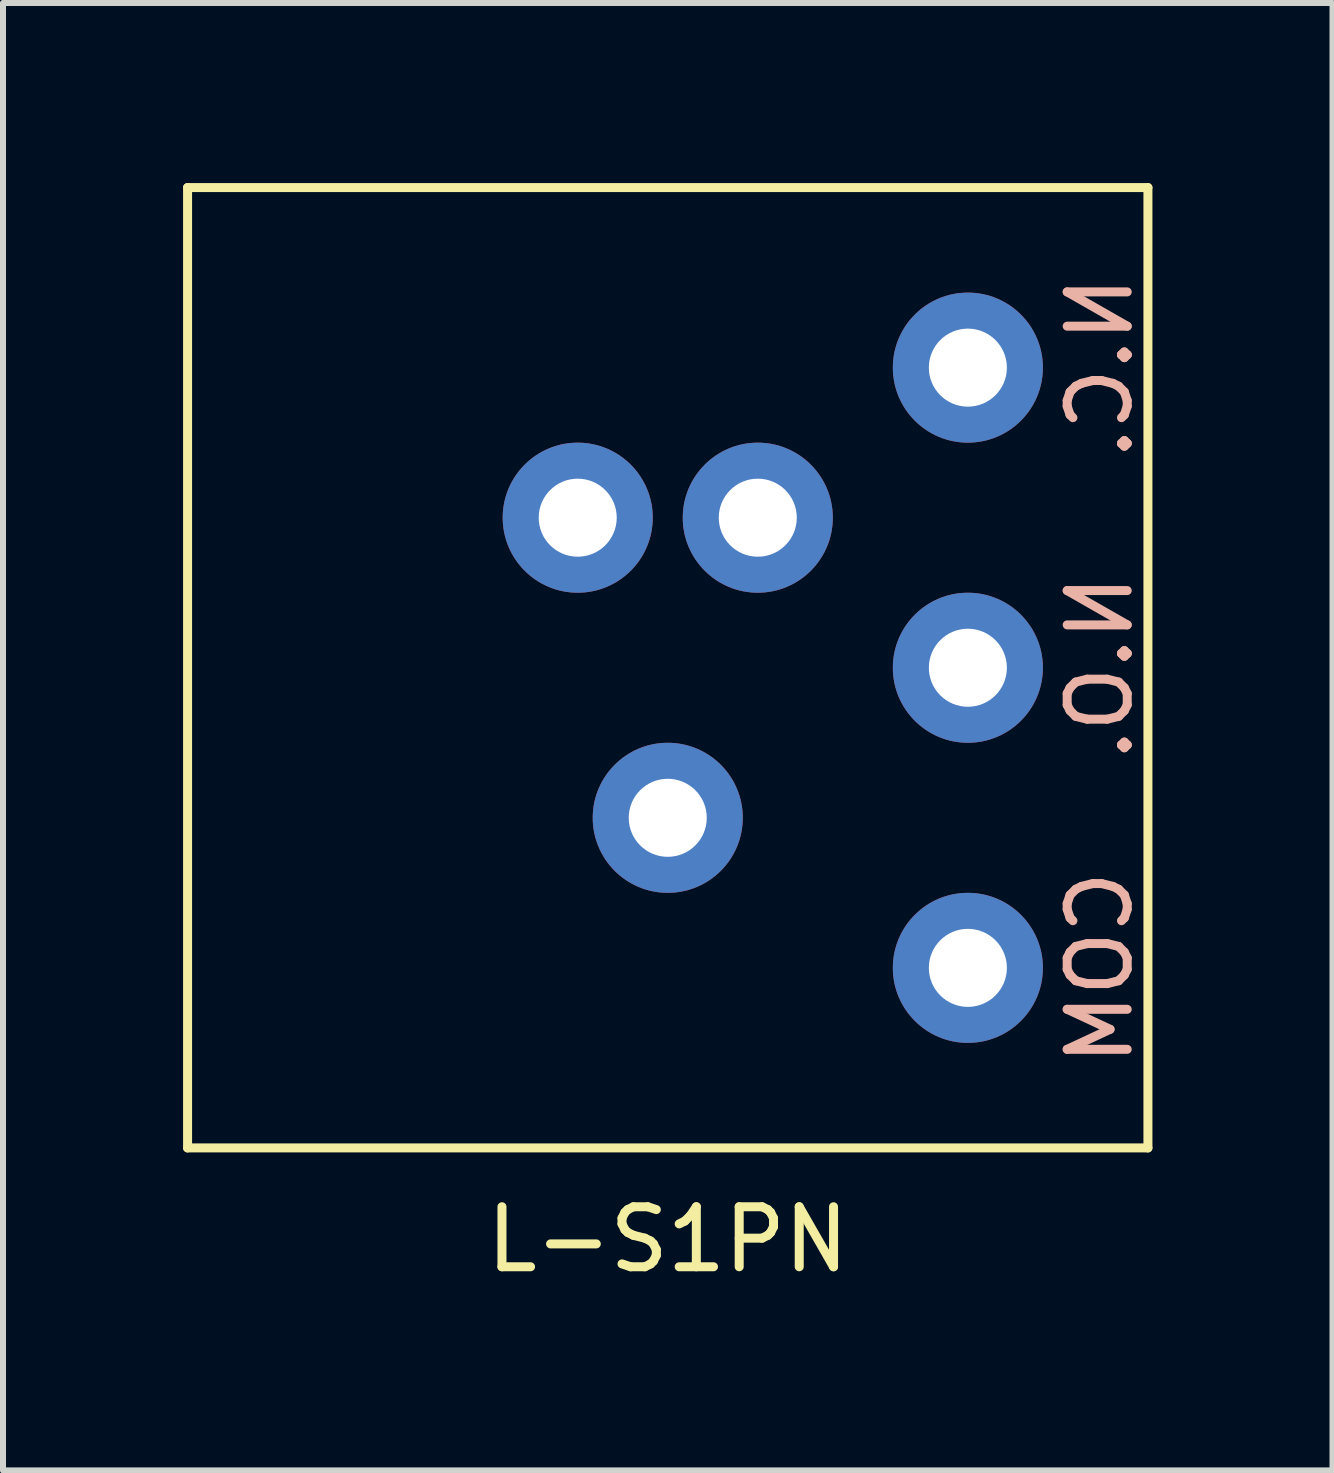
<source format=kicad_pcb>
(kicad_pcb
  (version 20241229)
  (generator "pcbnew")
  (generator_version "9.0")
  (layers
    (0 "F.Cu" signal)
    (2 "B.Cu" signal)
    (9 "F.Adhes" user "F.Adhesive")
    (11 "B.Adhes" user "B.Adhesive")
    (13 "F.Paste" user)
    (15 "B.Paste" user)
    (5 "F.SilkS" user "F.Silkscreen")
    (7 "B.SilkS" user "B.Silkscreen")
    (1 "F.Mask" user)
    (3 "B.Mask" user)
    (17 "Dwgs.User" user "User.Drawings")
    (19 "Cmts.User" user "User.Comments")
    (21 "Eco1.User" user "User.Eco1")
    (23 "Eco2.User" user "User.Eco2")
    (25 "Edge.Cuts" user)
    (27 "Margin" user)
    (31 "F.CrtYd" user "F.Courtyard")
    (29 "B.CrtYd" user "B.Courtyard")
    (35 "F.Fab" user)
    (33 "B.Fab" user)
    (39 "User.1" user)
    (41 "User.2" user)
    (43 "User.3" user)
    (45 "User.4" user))
  (footprint "L-S1PN"
    (layer "F.Cu")
    (at 8.075 8.075)
    (property "Reference" "L-S1PN" (at 0 9.525 0) (layer "F.SilkS") (effects (font (size 1 1) (thickness 0.15))))
    (attr through_hole)
    (fp_line (start -8 -8) (end 8 -8) (stroke (width 0.15) (type solid)) (layer "F.SilkS"))
    (fp_line (start -8 8) (end -8 -8) (stroke (width 0.15) (type solid)) (layer "F.SilkS"))
    (fp_line (start 8 -8) (end 8 8) (stroke (width 0.15) (type solid)) (layer "F.SilkS"))
    (fp_line (start 8 8) (end -8 8) (stroke (width 0.15) (type solid)) (layer "F.SilkS"))
    (fp_text user "COM" (at 7.2 5 90) (layer "B.SilkS") (effects (font (size 1 1) (thickness 0.15)) (justify mirror)))
    (fp_text user "N.O." (at 7.2 0 90) (layer "B.SilkS") (effects (font (size 1 1) (thickness 0.15)) (justify mirror)))
    (fp_text user "N.C." (at 7.2 -5 90) (layer "B.SilkS") (effects (font (size 1 1) (thickness 0.15)) (justify mirror)))
    (pad "1" thru_hole circle (at 5 -5) (size 2.5 2.5) (drill 1.3) (layers "*.Cu" "*.Mask"))
    (pad "2" thru_hole circle (at 5 5) (size 2.5 2.5) (drill 1.3) (layers "*.Cu" "*.Mask"))
    (pad "3" thru_hole circle (at 5 0) (size 2.5 2.5) (drill 1.3) (layers "*.Cu" "*.Mask"))
    (pad "4" thru_hole circle (at 1.5 -2.5) (size 2.5 2.5) (drill 1.3) (layers "*.Cu" "*.Mask"))
    (pad "5" thru_hole circle (at 0 2.5) (size 2.5 2.5) (drill 1.3) (layers "*.Cu" "*.Mask"))
    (pad "6" thru_hole circle (at -1.5 -2.5) (size 2.5 2.5) (drill 1.3) (layers "*.Cu" "*.Mask")))
  (gr_rect
    (start -3 -3)
    (end 19.15 21.448)
    (stroke (width 0.1) (type default))
    (fill no)
    (layer "Edge.Cuts")))
</source>
